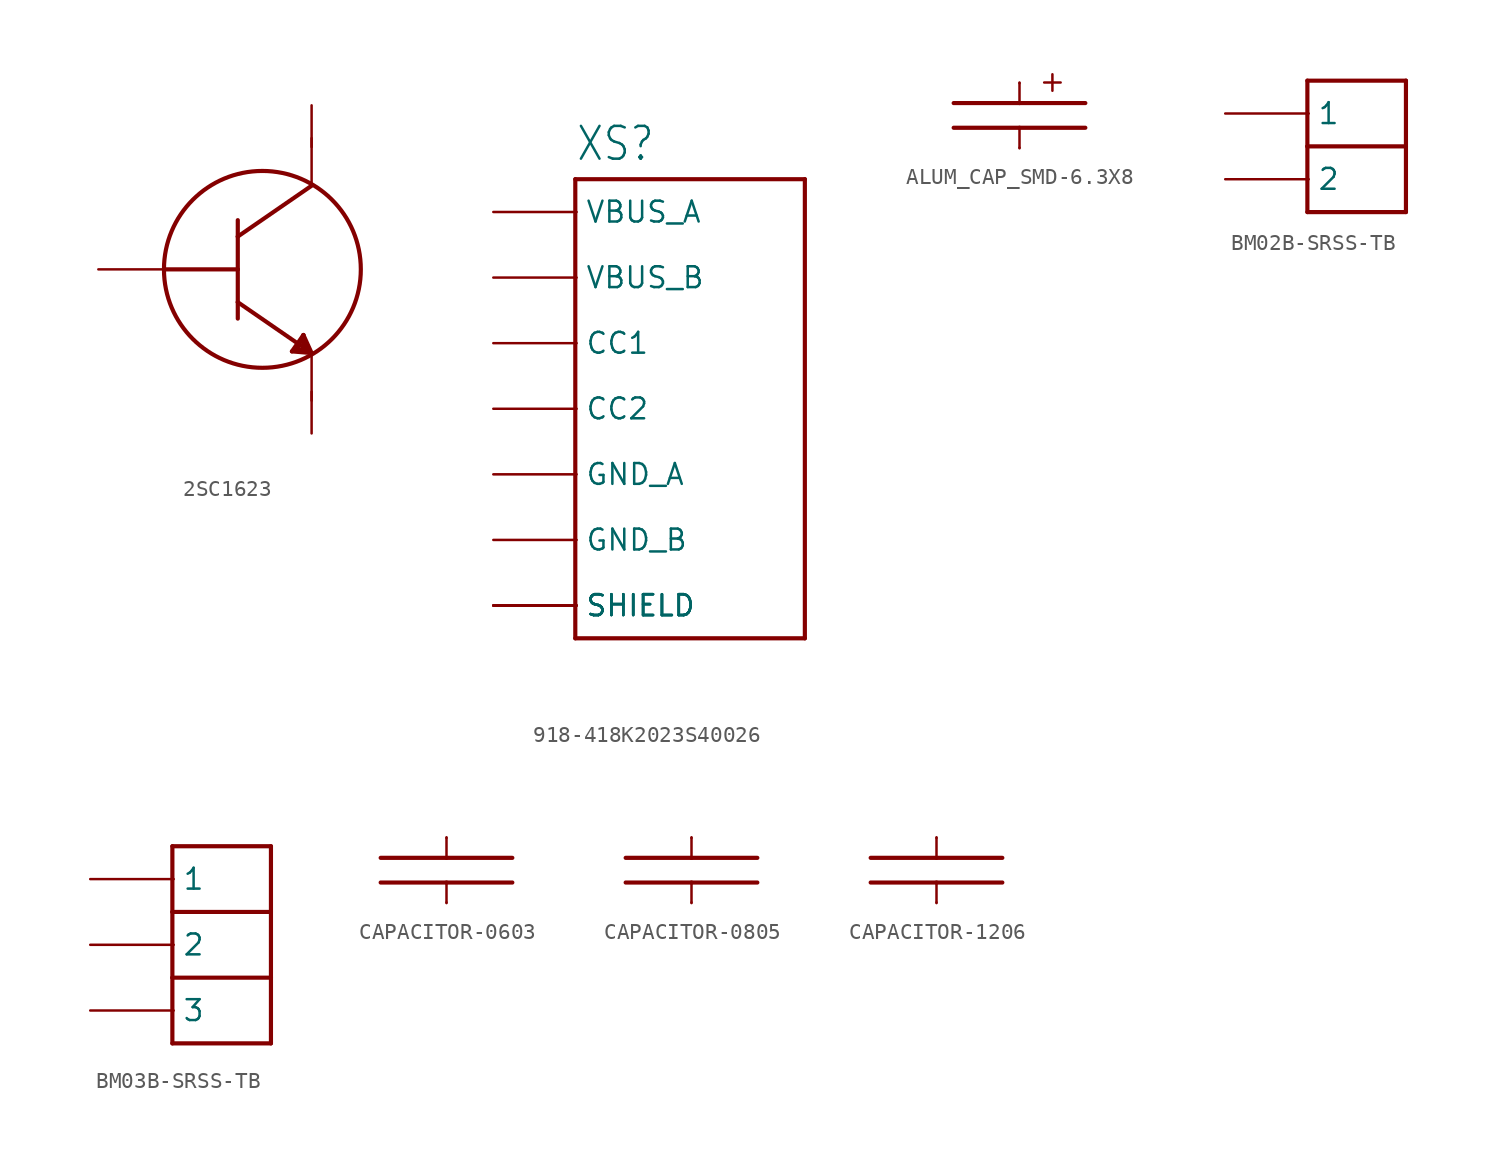
<source format=kicad_sym>
(kicad_symbol_lib
  (version 20231120)
  (generator "kicad_symbol_editor")
  (generator_version "8.0")
  (symbol "2SC1623"
    (property "Reference" "VT"
      (at 4 6 0)
      (effects (font (size 1.778 1.511)) (justify left bottom) (hide yes)))
    (property "ki_locked" ""
      (at 0 0 0)
      (effects (font (size 1.27 1.27))))
    (symbol "2SC1623_1_0"
      (polyline (pts (xy -6 0) (xy -1.5 0)) (stroke (width 0.254) (type solid)) (fill (type none)))
      (polyline (pts (xy -1.5 -3) (xy -1.5 -2)) (stroke (width 0.254) (type solid)) (fill (type none)))
      (polyline (pts (xy -1.5 -2) (xy -1.5 0)) (stroke (width 0.254) (type solid)) (fill (type none)))
      (polyline (pts (xy -1.5 -2) (xy 3 -5.1)) (stroke (width 0.254) (type solid)) (fill (type none)))
      (polyline (pts (xy -1.5 0) (xy -1.5 2)) (stroke (width 0.254) (type solid)) (fill (type none)))
      (polyline (pts (xy -1.5 2) (xy -1.5 3)) (stroke (width 0.254) (type solid)) (fill (type none)))
      (polyline (pts (xy -1.5 2) (xy 3 5.1)) (stroke (width 0.254) (type solid)) (fill (type none)))
      (polyline (pts (xy 1.8 -5) (xy 2.5 -4)) (stroke (width 0.254) (type solid)) (fill (type none)))
      (polyline (pts (xy 2.1 -4.9) (xy 2.5 -4.9)) (stroke (width 0.254) (type solid)) (fill (type none)))
      (polyline (pts (xy 2.5 -4.9) (xy 2.5 -4.4)) (stroke (width 0.254) (type solid)) (fill (type none)))
      (polyline (pts (xy 2.5 -4.4) (xy 2.7 -4.8)) (stroke (width 0.254) (type solid)) (fill (type none)))
      (polyline (pts (xy 2.5 -4) (xy 2.1 -4.9)) (stroke (width 0.254) (type solid)) (fill (type none)))
      (polyline (pts (xy 3 -5.1) (xy 1.8 -5)) (stroke (width 0.254) (type solid)) (fill (type none)))
      (polyline (pts (xy 3 -5.1) (xy 2.5 -4)) (stroke (width 0.254) (type solid)) (fill (type none)))
      (polyline (pts (xy 3 -5.1) (xy 3 -8)) (stroke (width 0.152) (type solid)) (fill (type none)))
      (polyline (pts (xy 3 5.1) (xy 3 8)) (stroke (width 0.152) (type solid)) (fill (type none)))
      (circle (center 0 0) (radius 6) (stroke (width 0.254) (type solid)) (fill (type none)))
      (pin bidirectional line (at -10 0 0) (length 5.08) (name "B" (effects (font (size 0 0)))) (number "1" (effects (font (size 0 0)))))
      (pin bidirectional line (at 3 -10 90) (length 2.54) (name "E" (effects (font (size 0 0)))) (number "2" (effects (font (size 0 0)))))
      (pin bidirectional line (at 3 10 270) (length 2.54) (name "C" (effects (font (size 0 0)))) (number "3" (effects (font (size 0 0)))))))
  (symbol "918-418K2023S40026"
    (property "Reference" "XS"
      (at -7 15 0)
      (effects (font (size 2 1.7)) (justify left bottom)))
    (property "Value" ""
      (at -7 -15 0)
      (effects (font (size 2 1.7)) (justify left top)))
    (property "ki_locked" ""
      (at 0 0 0)
      (effects (font (size 1.27 1.27))))
    (symbol "918-418K2023S40026_1_0"
      (polyline (pts (xy -7 -14) (xy 7 -14)) (stroke (width 0.254) (type solid)) (fill (type none)))
      (polyline (pts (xy -7 14) (xy -7 -14)) (stroke (width 0.254) (type solid)) (fill (type none)))
      (polyline (pts (xy 7 -14) (xy 7 14)) (stroke (width 0.254) (type solid)) (fill (type none)))
      (polyline (pts (xy 7 14) (xy -7 14)) (stroke (width 0.254) (type solid)) (fill (type none)))
      (pin bidirectional line (at -12 -4 0) (length 5.08) (name "GND_A" (effects (font (size 1.27 1.27)))) (number "A12" (effects (font (size 0 0)))))
      (pin bidirectional line (at -12 4 0) (length 5.08) (name "CC1" (effects (font (size 1.27 1.27)))) (number "A5" (effects (font (size 0 0)))))
      (pin bidirectional line (at -12 12 0) (length 5.08) (name "VBUS_A" (effects (font (size 1.27 1.27)))) (number "A9" (effects (font (size 0 0)))))
      (pin bidirectional line (at -12 -8 0) (length 5.08) (name "GND_B" (effects (font (size 1.27 1.27)))) (number "B12" (effects (font (size 0 0)))))
      (pin bidirectional line (at -12 0 0) (length 5.08) (name "CC2" (effects (font (size 1.27 1.27)))) (number "B5" (effects (font (size 0 0)))))
      (pin bidirectional line (at -12 8 0) (length 5.08) (name "VBUS_B" (effects (font (size 1.27 1.27)))) (number "B9" (effects (font (size 0 0)))))
      (pin bidirectional line (at -12 -12 0) (length 5.08) (name "SHIELD" (effects (font (size 1.27 1.27)))) (number "SH1" (effects (font (size 0 0)))))
      (pin bidirectional line (at -12 -12 0) (length 5.08) (name "SHIELD" (effects (font (size 1.27 1.27)))) (number "SH2" (effects (font (size 0 0)))))
      (pin bidirectional line (at -12 -12 0) (length 5.08) (name "SHIELD" (effects (font (size 1.27 1.27)))) (number "SH3" (effects (font (size 0 0)))))
      (pin bidirectional line (at -12 -12 0) (length 5.08) (name "SHIELD" (effects (font (size 1.27 1.27)))) (number "SH4" (effects (font (size 0 0)))))))
  (symbol "ALUM_CAP_SMD-6.3X8"
    (property "Reference" "C"
      (at 3 3 0)
      (effects (font (size 1.778 1.511)) (justify left bottom) (hide yes)))
    (property "ki_locked" ""
      (at 0 0 0)
      (effects (font (size 1.27 1.27))))
    (symbol "ALUM_CAP_SMD-6.3X8_1_0"
      (polyline (pts (xy -4 0.75) (xy 0 0.75)) (stroke (width 0.254) (type solid)) (fill (type none)))
      (polyline (pts (xy 0 -2) (xy 0 -0.75)) (stroke (width 0.152) (type solid)) (fill (type none)))
      (polyline (pts (xy 0 -0.75) (xy -4 -0.75)) (stroke (width 0.254) (type solid)) (fill (type none)))
      (polyline (pts (xy 0 0.75) (xy 4 0.75)) (stroke (width 0.254) (type solid)) (fill (type none)))
      (polyline (pts (xy 0 2) (xy 0 0.75)) (stroke (width 0.152) (type solid)) (fill (type none)))
      (polyline (pts (xy 1.5 2) (xy 2.5 2)) (stroke (width 0.152) (type solid)) (fill (type none)))
      (polyline (pts (xy 2 2.5) (xy 2 1.5)) (stroke (width 0.152) (type solid)) (fill (type none)))
      (polyline (pts (xy 4 -0.75) (xy 0 -0.75)) (stroke (width 0.254) (type solid)) (fill (type none)))
      (pin bidirectional line (at 0 1.96 270) (length 0) (name "+" (effects (font (size 0 0)))) (number "+" (effects (font (size 0 0)))))
      (pin bidirectional line (at 0 -1.96 90) (length 0) (name "-" (effects (font (size 0 0)))) (number "-" (effects (font (size 0 0)))))))
  (symbol "BM02B-SRSS-TB"
    (property "Reference" "XS"
      (at 0 5 0)
      (effects (font (size 2 1.7)) (justify left bottom) (hide yes)))
    (property "ki_locked" ""
      (at 0 0 0)
      (effects (font (size 1.27 1.27))))
    (symbol "BM02B-SRSS-TB_1_0"
      (polyline (pts (xy 0 -4) (xy 0 0)) (stroke (width 0.254) (type solid)) (fill (type none)))
      (polyline (pts (xy 0 -4) (xy 6 -4)) (stroke (width 0.254) (type solid)) (fill (type none)))
      (polyline (pts (xy 0 0) (xy 0 4)) (stroke (width 0.254) (type solid)) (fill (type none)))
      (polyline (pts (xy 0 0) (xy 6 0)) (stroke (width 0.254) (type solid)) (fill (type none)))
      (polyline (pts (xy 0 4) (xy 6 4)) (stroke (width 0.254) (type solid)) (fill (type none)))
      (polyline (pts (xy 6 0) (xy 6 -4)) (stroke (width 0.254) (type solid)) (fill (type none)))
      (polyline (pts (xy 6 4) (xy 6 0)) (stroke (width 0.254) (type solid)) (fill (type none)))
      (pin bidirectional line (at -5 2 0) (length 5.08) (name "1" (effects (font (size 1.27 1.27)))) (number "1" (effects (font (size 0 0)))))
      (pin bidirectional line (at -5 -2 0) (length 5.08) (name "2" (effects (font (size 1.27 1.27)))) (number "2" (effects (font (size 0 0)))))))
  (symbol "BM03B-SRSS-TB"
    (property "Reference" "XS"
      (at 0 7.5 0)
      (effects (font (size 1.778 1.511)) (justify left bottom) (hide yes)))
    (property "ki_locked" ""
      (at 0 0 0)
      (effects (font (size 1.27 1.27))))
    (symbol "BM03B-SRSS-TB_1_0"
      (polyline (pts (xy 0 -6) (xy 0 -2)) (stroke (width 0.254) (type solid)) (fill (type none)))
      (polyline (pts (xy 0 -6) (xy 6 -6)) (stroke (width 0.254) (type solid)) (fill (type none)))
      (polyline (pts (xy 0 -2) (xy 0 2)) (stroke (width 0.254) (type solid)) (fill (type none)))
      (polyline (pts (xy 0 -2) (xy 6 -2)) (stroke (width 0.254) (type solid)) (fill (type none)))
      (polyline (pts (xy 0 2) (xy 0 6)) (stroke (width 0.254) (type solid)) (fill (type none)))
      (polyline (pts (xy 0 2) (xy 6 2)) (stroke (width 0.254) (type solid)) (fill (type none)))
      (polyline (pts (xy 0 6) (xy 6 6)) (stroke (width 0.254) (type solid)) (fill (type none)))
      (polyline (pts (xy 6 -2) (xy 6 -6)) (stroke (width 0.254) (type solid)) (fill (type none)))
      (polyline (pts (xy 6 2) (xy 6 -2)) (stroke (width 0.254) (type solid)) (fill (type none)))
      (polyline (pts (xy 6 6) (xy 6 2)) (stroke (width 0.254) (type solid)) (fill (type none)))
      (pin bidirectional line (at -5 4 0) (length 5.08) (name "1" (effects (font (size 1.27 1.27)))) (number "1" (effects (font (size 0 0)))))
      (pin bidirectional line (at -5 0 0) (length 5.08) (name "2" (effects (font (size 1.27 1.27)))) (number "2" (effects (font (size 0 0)))))
      (pin bidirectional line (at -5 -4 0) (length 5.08) (name "3" (effects (font (size 1.27 1.27)))) (number "3" (effects (font (size 0 0)))))))
  (symbol "CAPACITOR-0603"
    (property "Reference" "C"
      (at 1 2 0)
      (effects (font (size 1.778 1.511)) (justify left bottom) (hide yes)))
    (property "ki_locked" ""
      (at 0 0 0)
      (effects (font (size 1.27 1.27))))
    (symbol "CAPACITOR-0603_1_0"
      (polyline (pts (xy -4 -0.75) (xy 0 -0.75)) (stroke (width 0.254) (type solid)) (fill (type none)))
      (polyline (pts (xy -4 0.75) (xy 0 0.75)) (stroke (width 0.254) (type solid)) (fill (type none)))
      (polyline (pts (xy 0 -2) (xy 0 -0.75)) (stroke (width 0.152) (type solid)) (fill (type none)))
      (polyline (pts (xy 0 -0.75) (xy 4 -0.75)) (stroke (width 0.254) (type solid)) (fill (type none)))
      (polyline (pts (xy 0 0.75) (xy 4 0.75)) (stroke (width 0.254) (type solid)) (fill (type none)))
      (polyline (pts (xy 0 2) (xy 0 0.75)) (stroke (width 0.152) (type solid)) (fill (type none)))
      (pin bidirectional line (at 0 1.96 270) (length 0) (name "1" (effects (font (size 0 0)))) (number "1" (effects (font (size 0 0)))))
      (pin bidirectional line (at 0 -1.96 90) (length 0) (name "2" (effects (font (size 0 0)))) (number "2" (effects (font (size 0 0)))))))
  (symbol "CAPACITOR-0805"
    (property "Reference" "C"
      (at 1 2 0)
      (effects (font (size 1.778 1.511)) (justify left bottom) (hide yes)))
    (property "ki_locked" ""
      (at 0 0 0)
      (effects (font (size 1.27 1.27))))
    (symbol "CAPACITOR-0805_1_0"
      (polyline (pts (xy -4 -0.75) (xy 0 -0.75)) (stroke (width 0.254) (type solid)) (fill (type none)))
      (polyline (pts (xy -4 0.75) (xy 0 0.75)) (stroke (width 0.254) (type solid)) (fill (type none)))
      (polyline (pts (xy 0 -2) (xy 0 -0.75)) (stroke (width 0.152) (type solid)) (fill (type none)))
      (polyline (pts (xy 0 -0.75) (xy 4 -0.75)) (stroke (width 0.254) (type solid)) (fill (type none)))
      (polyline (pts (xy 0 0.75) (xy 4 0.75)) (stroke (width 0.254) (type solid)) (fill (type none)))
      (polyline (pts (xy 0 2) (xy 0 0.75)) (stroke (width 0.152) (type solid)) (fill (type none)))
      (pin bidirectional line (at 0 1.96 270) (length 0) (name "1" (effects (font (size 0 0)))) (number "1" (effects (font (size 0 0)))))
      (pin bidirectional line (at 0 -1.96 90) (length 0) (name "2" (effects (font (size 0 0)))) (number "2" (effects (font (size 0 0)))))))
  (symbol "CAPACITOR-1206"
    (property "Reference" "C"
      (at 1 2 0)
      (effects (font (size 1.778 1.511)) (justify left bottom) (hide yes)))
    (property "ki_locked" ""
      (at 0 0 0)
      (effects (font (size 1.27 1.27))))
    (symbol "CAPACITOR-1206_1_0"
      (polyline (pts (xy -4 -0.75) (xy 0 -0.75)) (stroke (width 0.254) (type solid)) (fill (type none)))
      (polyline (pts (xy -4 0.75) (xy 0 0.75)) (stroke (width 0.254) (type solid)) (fill (type none)))
      (polyline (pts (xy 0 -2) (xy 0 -0.75)) (stroke (width 0.152) (type solid)) (fill (type none)))
      (polyline (pts (xy 0 -0.75) (xy 4 -0.75)) (stroke (width 0.254) (type solid)) (fill (type none)))
      (polyline (pts (xy 0 0.75) (xy 4 0.75)) (stroke (width 0.254) (type solid)) (fill (type none)))
      (polyline (pts (xy 0 2) (xy 0 0.75)) (stroke (width 0.152) (type solid)) (fill (type none)))
      (pin bidirectional line (at 0 1.96 270) (length 0) (name "1" (effects (font (size 0 0)))) (number "1" (effects (font (size 0 0)))))
      (pin bidirectional line (at 0 -1.96 90) (length 0) (name "2" (effects (font (size 0 0)))) (number "2" (effects (font (size 0 0))))))))
</source>
